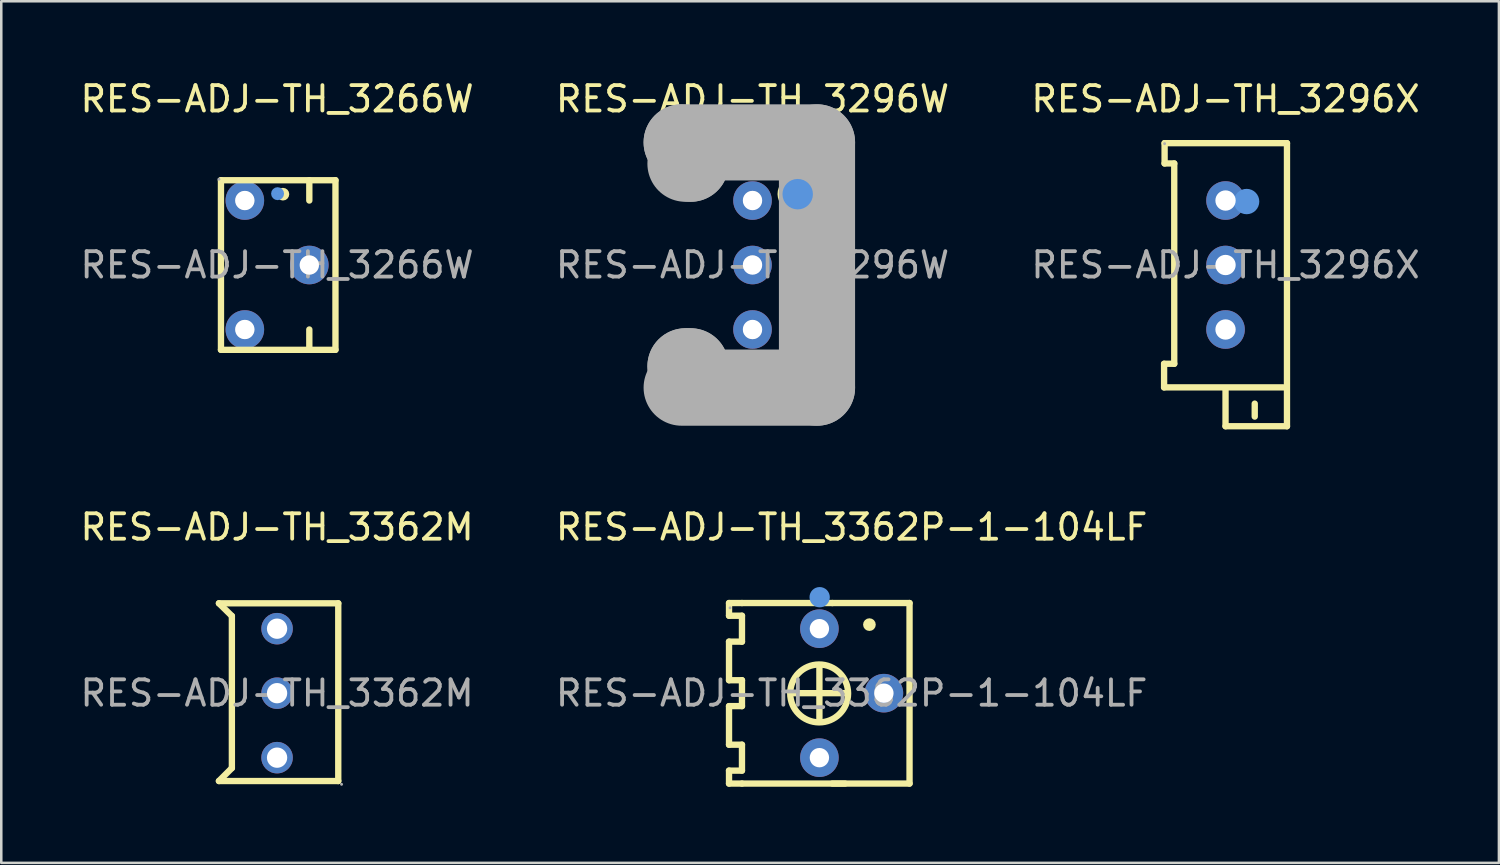
<source format=kicad_pcb>
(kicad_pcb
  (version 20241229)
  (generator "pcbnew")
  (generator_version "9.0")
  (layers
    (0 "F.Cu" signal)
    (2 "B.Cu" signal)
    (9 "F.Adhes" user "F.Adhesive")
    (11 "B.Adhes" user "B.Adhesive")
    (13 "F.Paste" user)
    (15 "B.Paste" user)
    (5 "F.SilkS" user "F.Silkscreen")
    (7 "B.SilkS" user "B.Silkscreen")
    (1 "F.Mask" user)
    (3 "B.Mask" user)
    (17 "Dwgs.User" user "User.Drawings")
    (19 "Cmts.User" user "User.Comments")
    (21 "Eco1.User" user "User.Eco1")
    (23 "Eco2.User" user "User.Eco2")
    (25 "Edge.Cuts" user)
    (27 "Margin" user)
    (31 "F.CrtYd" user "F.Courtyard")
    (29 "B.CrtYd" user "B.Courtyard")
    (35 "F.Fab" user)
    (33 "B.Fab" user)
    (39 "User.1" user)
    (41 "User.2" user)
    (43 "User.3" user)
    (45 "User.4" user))
  (footprint "RES-ADJ-TH_3266W"
    (layer "F.Cu")
    (at 7.863 7.388)
    (property "Reference" "RES-ADJ-TH_3266W" (at 0 -6.54 0) (layer "F.SilkS") (effects (font (size 1 1) (thickness 0.15))))
    (attr through_hole)
    (fp_line (start -2.21 -3.34) (end 2.3 -3.34) (stroke (width 0.25) (type solid)) (layer "F.SilkS"))
    (fp_line (start -2.21 3.34) (end -2.21 -3.34) (stroke (width 0.25) (type solid)) (layer "F.SilkS"))
    (fp_line (start 1.27 -2.54) (end 1.27 -3.34) (stroke (width 0.25) (type solid)) (layer "F.SilkS"))
    (fp_line (start 1.27 3.34) (end 1.27 2.54) (stroke (width 0.25) (type solid)) (layer "F.SilkS"))
    (fp_line (start 2.3 -3.34) (end 2.3 3.34) (stroke (width 0.25) (type solid)) (layer "F.SilkS"))
    (fp_line (start 2.3 3.34) (end -2.21 3.34) (stroke (width 0.25) (type solid)) (layer "F.SilkS"))
    (fp_arc (start 0.23 -2.79) (mid 0.23 -2.79) (end 0.23 -2.79) (stroke (width 0.25) (type solid)) (layer "F.SilkS"))
    (fp_circle (center 0.02 -2.81) (end 0.15 -2.81) (stroke (width 0.25) (type solid)) (fill no) (layer "Cmts.User"))
    (fp_circle (center -2.29 -3.38) (end -2.26 -3.38) (stroke (width 0.06) (type solid)) (fill no) (layer "F.Fab"))
    (fp_circle (center -1.27 -2.54) (end -1.15 -2.54) (stroke (width 0.25) (type solid)) (fill no) (layer "F.Fab"))
    (fp_circle (center -1.27 2.54) (end -1.15 2.54) (stroke (width 0.25) (type solid)) (fill no) (layer "F.Fab"))
    (fp_circle (center 1.27 0) (end 1.39 0) (stroke (width 0.25) (type solid)) (fill no) (layer "F.Fab"))
    (fp_text user "${REFERENCE}" (at 0 0 0) (layer "F.Fab") (effects (font (size 1 1) (thickness 0.15))))
    (pad "1" thru_hole circle (at -1.27 -2.54 270) (size 1.52 1.52) (drill 0.762) (layers "*.Cu" "*.Paste" "*.Mask"))
    (pad "2" thru_hole circle (at 1.27 0 270) (size 1.52 1.52) (drill 0.762) (layers "*.Cu" "*.Paste" "*.Mask"))
    (pad "3" thru_hole circle (at -1.27 2.54 270) (size 1.52 1.52) (drill 0.762) (layers "*.Cu" "*.Paste" "*.Mask")))
  (footprint "RES-ADJ-TH_3362P-1-104LF"
    (layer "F.Cu")
    (at 30.494 24.252)
    (property "Reference" "RES-ADJ-TH_3362P-1-104LF" (at 0 -6.54 0) (layer "F.SilkS") (effects (font (size 1 1) (thickness 0.15))))
    (attr through_hole)
    (fp_line (start -4.83 -3.55) (end -4.32 -3.55) (stroke (width 0.25) (type solid)) (layer "F.SilkS"))
    (fp_line (start -4.83 -3.05) (end -4.83 -3.55) (stroke (width 0.25) (type solid)) (layer "F.SilkS"))
    (fp_line (start -4.83 -2.03) (end -4.32 -2.03) (stroke (width 0.25) (type solid)) (layer "F.SilkS"))
    (fp_line (start -4.83 -0.51) (end -4.83 -2.03) (stroke (width 0.25) (type solid)) (layer "F.SilkS"))
    (fp_line (start -4.83 0.51) (end -4.32 0.51) (stroke (width 0.25) (type solid)) (layer "F.SilkS"))
    (fp_line (start -4.83 2.03) (end -4.83 0.51) (stroke (width 0.25) (type solid)) (layer "F.SilkS"))
    (fp_line (start -4.83 3.05) (end -4.32 3.05) (stroke (width 0.25) (type solid)) (layer "F.SilkS"))
    (fp_line (start -4.83 3.56) (end -4.83 3.05) (stroke (width 0.25) (type solid)) (layer "F.SilkS"))
    (fp_line (start -4.32 -3.55) (end -0.76 -3.55) (stroke (width 0.25) (type solid)) (layer "F.SilkS"))
    (fp_line (start -4.32 -3.05) (end -4.83 -3.05) (stroke (width 0.25) (type solid)) (layer "F.SilkS"))
    (fp_line (start -4.32 -2.03) (end -4.32 -3.05) (stroke (width 0.25) (type solid)) (layer "F.SilkS"))
    (fp_line (start -4.32 -0.51) (end -4.83 -0.51) (stroke (width 0.25) (type solid)) (layer "F.SilkS"))
    (fp_line (start -4.32 0.51) (end -4.32 -0.51) (stroke (width 0.25) (type solid)) (layer "F.SilkS"))
    (fp_line (start -4.32 2.03) (end -4.83 2.03) (stroke (width 0.25) (type solid)) (layer "F.SilkS"))
    (fp_line (start -4.32 3.05) (end -4.32 2.03) (stroke (width 0.25) (type solid)) (layer "F.SilkS"))
    (fp_line (start -4.32 3.56) (end -4.83 3.56) (stroke (width 0.25) (type solid)) (layer "F.SilkS"))
    (fp_line (start -2.29 0) (end -0.26 0) (stroke (width 0.25) (type solid)) (layer "F.SilkS"))
    (fp_line (start -1.27 1.02) (end -1.27 -1.01) (stroke (width 0.25) (type solid)) (layer "F.SilkS"))
    (fp_line (start -0.76 -3.55) (end 2.28 -3.55) (stroke (width 0.25) (type solid)) (layer "F.SilkS"))
    (fp_line (start -0.26 3.56) (end -4.32 3.56) (stroke (width 0.25) (type solid)) (layer "F.SilkS"))
    (fp_line (start 2.28 -3.55) (end 2.28 3.56) (stroke (width 0.25) (type solid)) (layer "F.SilkS"))
    (fp_line (start 2.28 3.56) (end -0.76 3.56) (stroke (width 0.25) (type solid)) (layer "F.SilkS"))
    (fp_arc (start -0.14 0.02) (mid -2.420044 0.010048) (end -0.140001 -0.000096) (stroke (width 0.25) (type solid)) (layer "F.SilkS"))
    (fp_arc (start 0.7 -2.7) (mid 0.7 -2.7) (end 0.7 -2.7) (stroke (width 0.25) (type solid)) (layer "F.SilkS"))
    (fp_circle (center -1.26 -3.78) (end -1.06 -3.78) (stroke (width 0.4) (type solid)) (fill no) (layer "Cmts.User"))
    (fp_circle (center -4.79 -3.36) (end -4.76 -3.36) (stroke (width 0.06) (type solid)) (fill no) (layer "F.Fab"))
    (fp_circle (center -1.27 -2.54) (end -1.15 -2.54) (stroke (width 0.23) (type solid)) (fill no) (layer "F.Fab"))
    (fp_circle (center -1.27 2.54) (end -1.15 2.54) (stroke (width 0.23) (type solid)) (fill no) (layer "F.Fab"))
    (fp_circle (center 1.27 0) (end 1.39 0) (stroke (width 0.23) (type solid)) (fill no) (layer "F.Fab"))
    (fp_text user "${REFERENCE}" (at 0 0 0) (layer "F.Fab") (effects (font (size 1 1) (thickness 0.15))))
    (pad "1" thru_hole circle (at -1.27 -2.54 270) (size 1.52 1.52) (drill 0.762) (layers "*.Cu" "*.Paste" "*.Mask"))
    (pad "2" thru_hole circle (at 1.27 0 270) (size 1.52 1.52) (drill 0.762) (layers "*.Cu" "*.Paste" "*.Mask"))
    (pad "3" thru_hole circle (at -1.27 2.54 270) (size 1.52 1.52) (drill 0.762) (layers "*.Cu" "*.Paste" "*.Mask")))
  (footprint "RES-ADJ-TH_3296W"
    (layer "F.Cu")
    (at 26.589 7.388)
    (property "Reference" "RES-ADJ-TH_3296W" (at 0 -6.54 0) (layer "F.SilkS") (effects (font (size 1 1) (thickness 0.15))))
    (attr through_hole)
    (fp_line (start 1.27 -2.81) (end 1.65 -2.81) (stroke (width 0.25) (type solid)) (layer "F.SilkS"))
    (fp_line (start 1.65 -2.81) (end 2.03 -2.81) (stroke (width 0.25) (type solid)) (layer "F.SilkS"))
    (fp_line (start 2.03 -2.81) (end 1.65 -2.81) (stroke (width 0.25) (type solid)) (layer "F.SilkS"))
    (fp_arc (start 2.19 -2.8) (mid 1.110023 -2.795005) (end 2.189908 -2.80999) (stroke (width 0.25) (type solid)) (layer "F.SilkS"))
    (fp_circle (center 1.78 -2.79) (end 2.08 -2.79) (stroke (width 0.6) (type solid)) (fill no) (layer "Cmts.User"))
    (fp_line (start -2.79 -4.83) (end -2.79 -4.83) (stroke (width 3) (type solid)) (layer "F.Fab"))
    (fp_line (start -2.79 -4.83) (end 2.54 -4.83) (stroke (width 3) (type solid)) (layer "F.Fab"))
    (fp_line (start -2.64 -4.75) (end -2.64 -4.75) (stroke (width 3) (type solid)) (layer "F.Fab"))
    (fp_line (start -2.64 -4.75) (end -2.44 -4.75) (stroke (width 3) (type solid)) (layer "F.Fab"))
    (fp_line (start -2.64 3.99) (end -2.64 3.99) (stroke (width 3) (type solid)) (layer "F.Fab"))
    (fp_line (start -2.64 3.99) (end -2.44 3.99) (stroke (width 3) (type solid)) (layer "F.Fab"))
    (fp_line (start -2.44 -4.75) (end -2.44 -3.99) (stroke (width 3) (type solid)) (layer "F.Fab"))
    (fp_line (start -2.44 -3.99) (end -2.64 -3.99) (stroke (width 3) (type solid)) (layer "F.Fab"))
    (fp_line (start -2.44 3.99) (end -2.44 4.75) (stroke (width 3) (type solid)) (layer "F.Fab"))
    (fp_line (start -2.44 4.75) (end -2.64 4.75) (stroke (width 3) (type solid)) (layer "F.Fab"))
    (fp_line (start 2.54 -4.83) (end 2.54 4.83) (stroke (width 3) (type solid)) (layer "F.Fab"))
    (fp_line (start 2.54 4.83) (end -2.79 4.83) (stroke (width 3) (type solid)) (layer "F.Fab"))
    (fp_circle (center -2.42 -4.77) (end -2.39 -4.77) (stroke (width 0.06) (type solid)) (fill no) (layer "F.Fab"))
    (fp_circle (center 0 -2.55) (end 0.12 -2.55) (stroke (width 0.25) (type solid)) (fill no) (layer "F.Fab"))
    (fp_circle (center 0 -0.01) (end 0.12 -0.01) (stroke (width 0.25) (type solid)) (fill no) (layer "F.Fab"))
    (fp_circle (center 0 2.55) (end 0.12 2.55) (stroke (width 0.25) (type solid)) (fill no) (layer "F.Fab"))
    (fp_text user "${REFERENCE}" (at 0 0 0) (layer "F.Fab") (effects (font (size 1 1) (thickness 0.15))))
    (pad "1" thru_hole circle (at 0 -2.54 270) (size 1.52 1.52) (drill 0.762) (layers "*.Cu" "*.Paste" "*.Mask"))
    (pad "2" thru_hole circle (at 0 0 270) (size 1.52 1.52) (drill 0.762) (layers "*.Cu" "*.Paste" "*.Mask"))
    (pad "3" thru_hole circle (at 0 2.54 270) (size 1.52 1.52) (drill 0.762) (layers "*.Cu" "*.Paste" "*.Mask")))
  (footprint "RES-ADJ-TH_3296X"
    (layer "F.Cu")
    (at 45.22 7.388)
    (property "Reference" "RES-ADJ-TH_3296X" (at 0 -6.54 0) (layer "F.SilkS") (effects (font (size 1 1) (thickness 0.15))))
    (attr through_hole)
    (fp_line (start -2.42 3.89) (end -2.02 3.89) (stroke (width 0.25) (type solid)) (layer "F.SilkS"))
    (fp_line (start -2.42 4.82) (end -2.42 3.89) (stroke (width 0.25) (type solid)) (layer "F.SilkS"))
    (fp_line (start -2.4 -4.8) (end 2.42 -4.8) (stroke (width 0.25) (type solid)) (layer "F.SilkS"))
    (fp_line (start -2.4 -4) (end -2.4 -4.8) (stroke (width 0.25) (type solid)) (layer "F.SilkS"))
    (fp_line (start -2.02 -4) (end -2.4 -4) (stroke (width 0.25) (type solid)) (layer "F.SilkS"))
    (fp_line (start -2.02 3.89) (end -2.02 -4) (stroke (width 0.25) (type solid)) (layer "F.SilkS"))
    (fp_line (start 0 6.35) (end 0 4.86) (stroke (width 0.25) (type solid)) (layer "F.SilkS"))
    (fp_line (start 1.15 5.97) (end 1.15 5.46) (stroke (width 0.25) (type solid)) (layer "F.SilkS"))
    (fp_line (start 2.29 4.82) (end -2.42 4.82) (stroke (width 0.25) (type solid)) (layer "F.SilkS"))
    (fp_line (start 2.42 -4.8) (end 2.42 6.35) (stroke (width 0.25) (type solid)) (layer "F.SilkS"))
    (fp_line (start 2.42 6.35) (end 0 6.35) (stroke (width 0.25) (type solid)) (layer "F.SilkS"))
    (fp_circle (center 0.83 -2.5) (end 1.08 -2.5) (stroke (width 0.5) (type solid)) (fill no) (layer "Cmts.User"))
    (fp_circle (center -2.4 -4.78) (end -2.37 -4.78) (stroke (width 0.06) (type solid)) (fill no) (layer "F.Fab"))
    (fp_circle (center 0 -2.54) (end 0.12 -2.54) (stroke (width 0.25) (type solid)) (fill no) (layer "F.Fab"))
    (fp_circle (center 0 0) (end 0.12 0) (stroke (width 0.25) (type solid)) (fill no) (layer "F.Fab"))
    (fp_circle (center 0 2.54) (end 0.12 2.54) (stroke (width 0.25) (type solid)) (fill no) (layer "F.Fab"))
    (fp_text user "${REFERENCE}" (at 0 0 0) (layer "F.Fab") (effects (font (size 1 1) (thickness 0.15))))
    (pad "1" thru_hole circle (at 0 -2.54 270) (size 1.52 1.52) (drill 0.8) (layers "*.Cu" "*.Paste" "*.Mask"))
    (pad "2" thru_hole circle (at 0 0 270) (size 1.52 1.52) (drill 0.8) (layers "*.Cu" "*.Paste" "*.Mask"))
    (pad "3" thru_hole circle (at 0 2.54 270) (size 1.52 1.52) (drill 0.8) (layers "*.Cu" "*.Paste" "*.Mask")))
  (footprint "RES-ADJ-TH_3362M"
    (layer "F.Cu")
    (at 7.863 24.252)
    (property "Reference" "RES-ADJ-TH_3362M" (at 0 -6.54 0) (layer "F.SilkS") (effects (font (size 1 1) (thickness 0.15))))
    (attr through_hole)
    (fp_line (start -2.29 -3.54) (end -1.78 -3.04) (stroke (width 0.25) (type solid)) (layer "F.SilkS"))
    (fp_line (start -2.29 3.46) (end 2.41 3.46) (stroke (width 0.25) (type solid)) (layer "F.SilkS"))
    (fp_line (start -1.78 -3.04) (end -1.78 2.95) (stroke (width 0.25) (type solid)) (layer "F.SilkS"))
    (fp_line (start -1.78 2.95) (end -2.29 3.46) (stroke (width 0.25) (type solid)) (layer "F.SilkS"))
    (fp_line (start 2.41 -3.54) (end -2.29 -3.54) (stroke (width 0.25) (type solid)) (layer "F.SilkS"))
    (fp_line (start 2.41 3.46) (end 2.41 -3.54) (stroke (width 0.25) (type solid)) (layer "F.SilkS"))
    (fp_circle (center 0 -2.54) (end 0.15 -2.54) (stroke (width 0.3) (type solid)) (fill no) (layer "F.Fab"))
    (fp_circle (center 0 0) (end 0.15 0) (stroke (width 0.3) (type solid)) (fill no) (layer "F.Fab"))
    (fp_circle (center 0 2.54) (end 0.15 2.54) (stroke (width 0.3) (type solid)) (fill no) (layer "F.Fab"))
    (fp_circle (center 2.54 3.59) (end 2.57 3.59) (stroke (width 0.06) (type solid)) (fill no) (layer "F.Fab"))
    (fp_text user "${REFERENCE}" (at 0 0 0) (layer "F.Fab") (effects (font (size 1 1) (thickness 0.15))))
    (pad "1" thru_hole circle (at 0 2.54 270) (size 1.24 1.24) (drill 0.8) (layers "*.Cu" "*.Paste" "*.Mask"))
    (pad "2" thru_hole circle (at 0 0 270) (size 1.24 1.24) (drill 0.8) (layers "*.Cu" "*.Paste" "*.Mask"))
    (pad "3" thru_hole circle (at 0 -2.54 270) (size 1.24 1.24) (drill 0.8) (layers "*.Cu" "*.Paste" "*.Mask")))
  (gr_rect
    (start -3 -3)
    (end 55.988 30.936)
    (stroke (width 0.1) (type default))
    (fill no)
    (layer "Edge.Cuts")))
</source>
